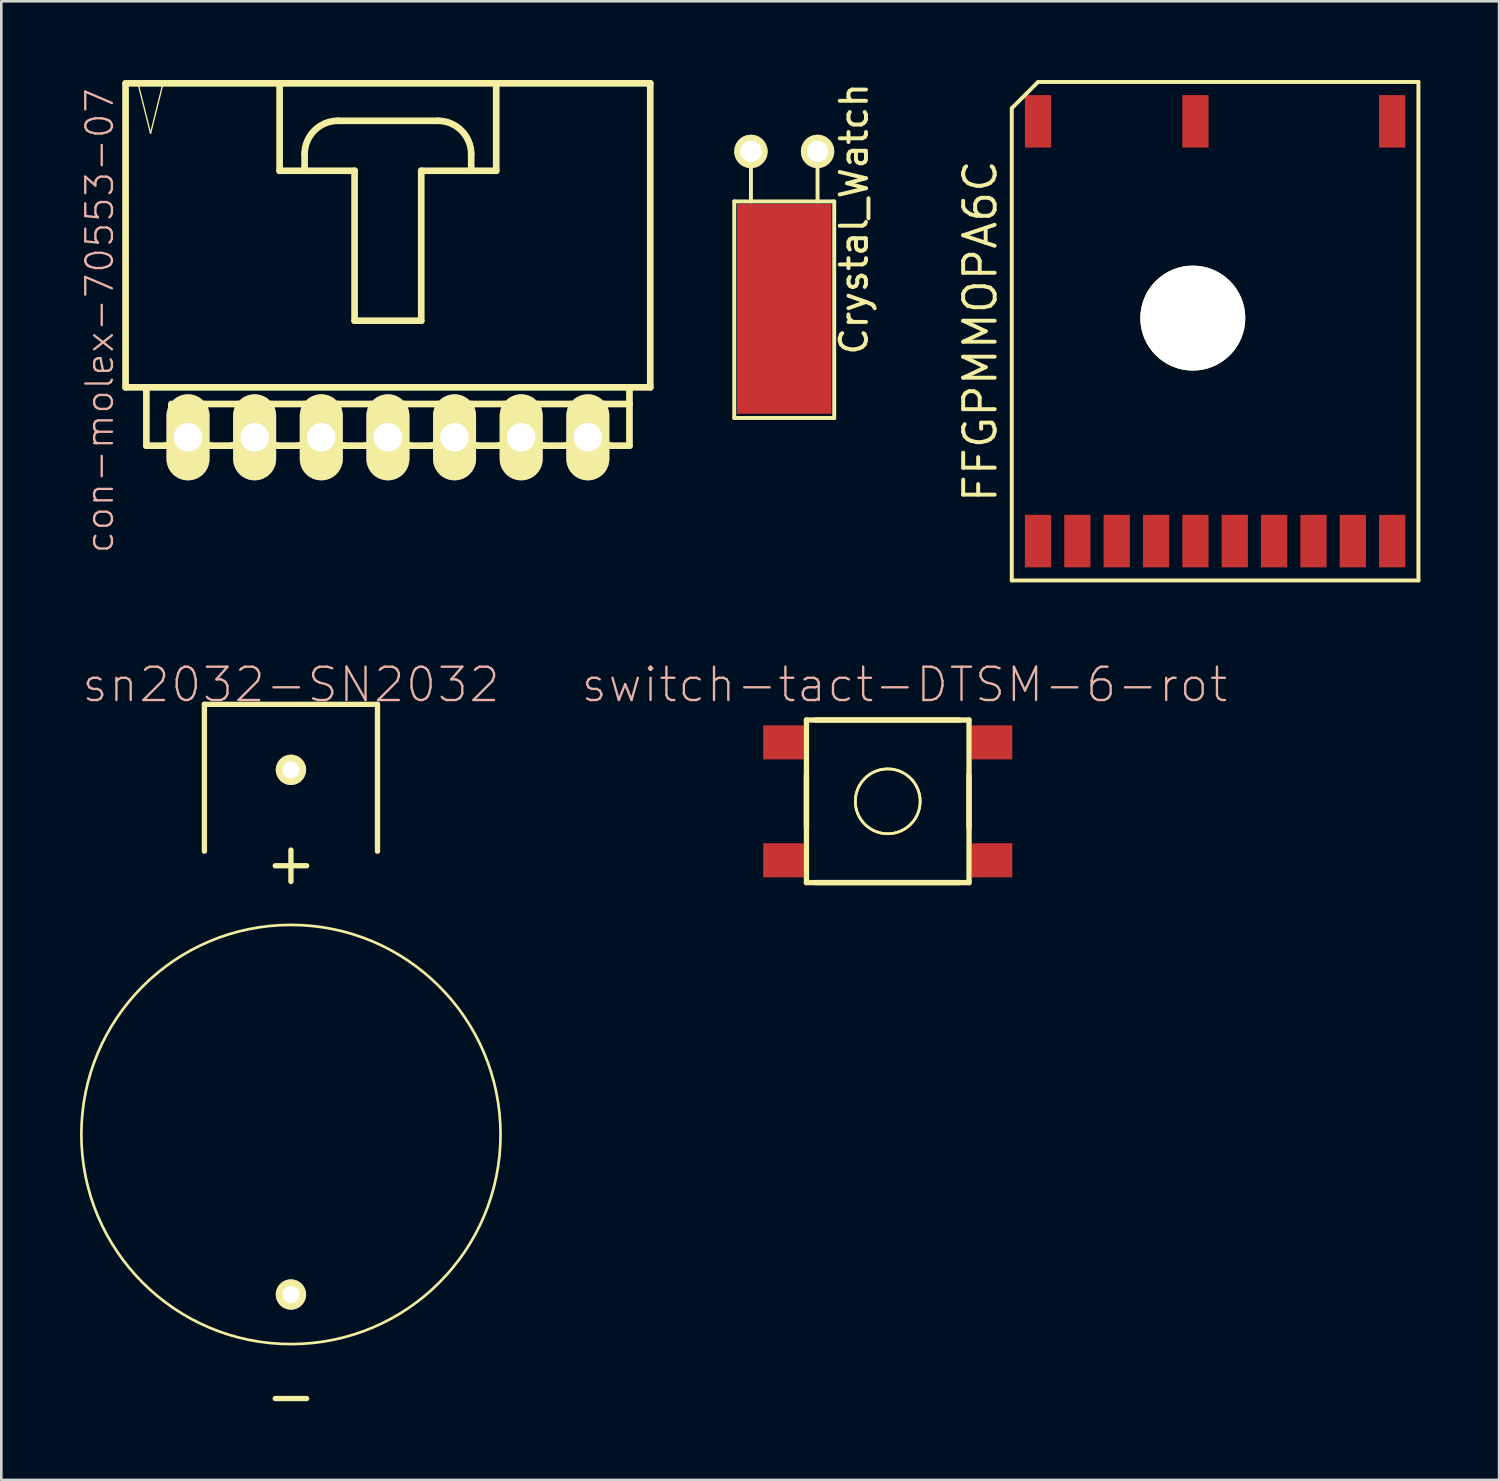
<source format=kicad_pcb>
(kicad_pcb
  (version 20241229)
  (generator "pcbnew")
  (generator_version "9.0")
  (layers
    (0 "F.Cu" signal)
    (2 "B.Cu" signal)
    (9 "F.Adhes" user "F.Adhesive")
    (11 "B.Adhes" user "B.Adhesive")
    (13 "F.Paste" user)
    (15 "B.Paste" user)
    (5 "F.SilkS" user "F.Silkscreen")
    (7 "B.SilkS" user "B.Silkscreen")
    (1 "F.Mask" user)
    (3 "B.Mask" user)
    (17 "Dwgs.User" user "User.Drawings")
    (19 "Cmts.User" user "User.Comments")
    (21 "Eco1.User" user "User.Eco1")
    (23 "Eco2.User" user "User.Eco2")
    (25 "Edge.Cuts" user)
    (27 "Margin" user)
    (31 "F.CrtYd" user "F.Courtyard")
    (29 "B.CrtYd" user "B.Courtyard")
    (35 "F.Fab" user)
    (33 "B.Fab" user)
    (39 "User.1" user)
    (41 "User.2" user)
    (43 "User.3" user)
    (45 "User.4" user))
  (footprint "Crystal_Watch"
    (layer "F.Cu")
    (at 26.843 2.722)
    (property "Reference" "Crystal_Watch" (at 2.66 2.57 270) (layer "F.SilkS") (effects (font (size 1 1) (thickness 0.15))))
    (attr through_hole)
    (fp_line (start -1.905 1.905) (end 1.905 1.905) (stroke (width 0.15) (type solid)) (layer "F.SilkS"))
    (fp_line (start -1.905 10.16) (end -1.905 1.905) (stroke (width 0.15) (type solid)) (layer "F.SilkS"))
    (fp_line (start -1.27 0) (end -1.27 1.905) (stroke (width 0.15) (type solid)) (layer "F.SilkS"))
    (fp_line (start 1.27 0) (end 1.27 1.905) (stroke (width 0.15) (type solid)) (layer "F.SilkS"))
    (fp_line (start 1.905 1.905) (end 1.905 10.16) (stroke (width 0.15) (type solid)) (layer "F.SilkS"))
    (fp_line (start 1.905 10.16) (end -1.905 10.16) (stroke (width 0.15) (type solid)) (layer "F.SilkS"))
    (pad "" smd rect (at 0 6) (size 3.6 8) (layers "F.Cu" "F.Mask" "F.Paste"))
    (pad "1" thru_hole circle (at -1.27 0) (size 1.27 1.27) (drill 0.813) (layers "*.Cu" "*.Mask" "F.SilkS"))
    (pad "2" thru_hole circle (at 1.27 0) (size 1.27 1.27) (drill 0.813) (layers "*.Cu" "*.Mask" "F.SilkS")))
  (footprint "con-molex-70553-07"
    (layer "F.Cu")
    (at 11.736 5.999)
    (property "Reference" "con-molex-70553-07" (at -10.986 3.175 90) (layer "B.SilkS") (effects (font (size 1.016 1.016) (thickness 0.089))))
    (attr exclude_from_pos_files exclude_from_bom)
    (fp_line (start -10 -5.872) (end -10 5.715) (stroke (width 0.254) (type solid)) (layer "F.SilkS"))
    (fp_line (start -10 5.715) (end 10 5.715) (stroke (width 0.254) (type solid)) (layer "F.SilkS"))
    (fp_line (start -9.525 -5.872) (end -9.047 -3.967) (stroke (width 0.051) (type solid)) (layer "F.SilkS"))
    (fp_line (start -9.207 5.715) (end -9.207 7.938) (stroke (width 0.254) (type solid)) (layer "F.SilkS"))
    (fp_line (start -9.047 -3.967) (end -8.572 -5.872) (stroke (width 0.051) (type solid)) (layer "F.SilkS"))
    (fp_line (start -8.572 -5.872) (end -9.525 -5.872) (stroke (width 0.051) (type solid)) (layer "F.SilkS"))
    (fp_line (start -8.509 7.938) (end -9.207 7.938) (stroke (width 0.254) (type solid)) (layer "F.SilkS"))
    (fp_line (start -8.255 6.35) (end -8.255 7.684) (stroke (width 0.254) (type solid)) (layer "F.SilkS"))
    (fp_line (start -8.255 6.35) (end -6.985 6.35) (stroke (width 0.127) (type solid)) (layer "F.SilkS"))
    (fp_line (start -7.938 6.35) (end -7.303 6.35) (stroke (width 0.066) (type solid)) (layer "F.SilkS"))
    (fp_line (start -7.938 7.62) (end -7.938 6.35) (stroke (width 0.066) (type solid)) (layer "F.SilkS"))
    (fp_line (start -7.938 7.62) (end -7.303 7.62) (stroke (width 0.066) (type solid)) (layer "F.SilkS"))
    (fp_line (start -7.303 7.62) (end -7.303 6.35) (stroke (width 0.066) (type solid)) (layer "F.SilkS"))
    (fp_line (start -6.985 6.35) (end -6.985 7.684) (stroke (width 0.254) (type solid)) (layer "F.SilkS"))
    (fp_line (start -6.985 6.35) (end -5.715 6.35) (stroke (width 0.254) (type solid)) (layer "F.SilkS"))
    (fp_line (start -5.969 7.938) (end -6.731 7.938) (stroke (width 0.254) (type solid)) (layer "F.SilkS"))
    (fp_line (start -5.715 6.35) (end -5.715 7.684) (stroke (width 0.254) (type solid)) (layer "F.SilkS"))
    (fp_line (start -5.715 6.35) (end -4.445 6.35) (stroke (width 0.127) (type solid)) (layer "F.SilkS"))
    (fp_line (start -5.397 6.35) (end -4.763 6.35) (stroke (width 0.066) (type solid)) (layer "F.SilkS"))
    (fp_line (start -5.397 7.62) (end -5.397 6.35) (stroke (width 0.066) (type solid)) (layer "F.SilkS"))
    (fp_line (start -5.397 7.62) (end -4.763 7.62) (stroke (width 0.066) (type solid)) (layer "F.SilkS"))
    (fp_line (start -4.763 7.62) (end -4.763 6.35) (stroke (width 0.066) (type solid)) (layer "F.SilkS"))
    (fp_line (start -4.445 6.35) (end -4.445 7.684) (stroke (width 0.254) (type solid)) (layer "F.SilkS"))
    (fp_line (start -4.445 6.35) (end -3.175 6.35) (stroke (width 0.254) (type solid)) (layer "F.SilkS"))
    (fp_line (start -4.128 -5.872) (end -4.128 -2.54) (stroke (width 0.254) (type solid)) (layer "F.SilkS"))
    (fp_line (start -4.128 -2.54) (end -3.175 -2.54) (stroke (width 0.254) (type solid)) (layer "F.SilkS"))
    (fp_line (start -3.429 7.938) (end -4.191 7.938) (stroke (width 0.254) (type solid)) (layer "F.SilkS"))
    (fp_line (start -3.175 -2.54) (end -3.175 -3.175) (stroke (width 0.254) (type solid)) (layer "F.SilkS"))
    (fp_line (start -3.175 -2.54) (end -1.27 -2.54) (stroke (width 0.254) (type solid)) (layer "F.SilkS"))
    (fp_line (start -3.175 6.35) (end -3.175 7.684) (stroke (width 0.254) (type solid)) (layer "F.SilkS"))
    (fp_line (start -3.175 6.35) (end -1.905 6.35) (stroke (width 0.127) (type solid)) (layer "F.SilkS"))
    (fp_line (start -2.857 6.35) (end -2.223 6.35) (stroke (width 0.066) (type solid)) (layer "F.SilkS"))
    (fp_line (start -2.857 7.62) (end -2.857 6.35) (stroke (width 0.066) (type solid)) (layer "F.SilkS"))
    (fp_line (start -2.857 7.62) (end -2.223 7.62) (stroke (width 0.066) (type solid)) (layer "F.SilkS"))
    (fp_line (start -2.223 7.62) (end -2.223 6.35) (stroke (width 0.066) (type solid)) (layer "F.SilkS"))
    (fp_line (start -1.905 -4.445) (end 1.905 -4.445) (stroke (width 0.254) (type solid)) (layer "F.SilkS"))
    (fp_line (start -1.905 6.35) (end -1.905 7.684) (stroke (width 0.254) (type solid)) (layer "F.SilkS"))
    (fp_line (start -1.905 6.35) (end -0.635 6.35) (stroke (width 0.254) (type solid)) (layer "F.SilkS"))
    (fp_line (start -1.27 -2.54) (end -1.27 3.175) (stroke (width 0.254) (type solid)) (layer "F.SilkS"))
    (fp_line (start -1.27 3.175) (end 1.27 3.175) (stroke (width 0.254) (type solid)) (layer "F.SilkS"))
    (fp_line (start -0.889 7.938) (end -1.651 7.938) (stroke (width 0.254) (type solid)) (layer "F.SilkS"))
    (fp_line (start -0.635 6.35) (end -0.635 7.684) (stroke (width 0.254) (type solid)) (layer "F.SilkS"))
    (fp_line (start -0.635 6.35) (end 0.635 6.35) (stroke (width 0.127) (type solid)) (layer "F.SilkS"))
    (fp_line (start -0.318 6.35) (end 0.318 6.35) (stroke (width 0.066) (type solid)) (layer "F.SilkS"))
    (fp_line (start -0.318 7.62) (end -0.318 6.35) (stroke (width 0.066) (type solid)) (layer "F.SilkS"))
    (fp_line (start -0.318 7.62) (end 0.318 7.62) (stroke (width 0.066) (type solid)) (layer "F.SilkS"))
    (fp_line (start 0.318 7.62) (end 0.318 6.35) (stroke (width 0.066) (type solid)) (layer "F.SilkS"))
    (fp_line (start 0.635 6.35) (end 0.635 7.684) (stroke (width 0.254) (type solid)) (layer "F.SilkS"))
    (fp_line (start 0.635 6.35) (end 1.905 6.35) (stroke (width 0.254) (type solid)) (layer "F.SilkS"))
    (fp_line (start 1.27 -2.54) (end 3.175 -2.54) (stroke (width 0.254) (type solid)) (layer "F.SilkS"))
    (fp_line (start 1.27 3.175) (end 1.27 -2.54) (stroke (width 0.254) (type solid)) (layer "F.SilkS"))
    (fp_line (start 1.651 7.938) (end 0.889 7.938) (stroke (width 0.254) (type solid)) (layer "F.SilkS"))
    (fp_line (start 1.905 6.35) (end 1.905 7.684) (stroke (width 0.254) (type solid)) (layer "F.SilkS"))
    (fp_line (start 1.905 6.35) (end 3.175 6.35) (stroke (width 0.127) (type solid)) (layer "F.SilkS"))
    (fp_line (start 2.223 6.35) (end 2.857 6.35) (stroke (width 0.066) (type solid)) (layer "F.SilkS"))
    (fp_line (start 2.223 7.62) (end 2.223 6.35) (stroke (width 0.066) (type solid)) (layer "F.SilkS"))
    (fp_line (start 2.223 7.62) (end 2.857 7.62) (stroke (width 0.066) (type solid)) (layer "F.SilkS"))
    (fp_line (start 2.857 7.62) (end 2.857 6.35) (stroke (width 0.066) (type solid)) (layer "F.SilkS"))
    (fp_line (start 3.175 -3.175) (end 3.175 -2.54) (stroke (width 0.254) (type solid)) (layer "F.SilkS"))
    (fp_line (start 3.175 -2.54) (end 4.128 -2.54) (stroke (width 0.254) (type solid)) (layer "F.SilkS"))
    (fp_line (start 3.175 6.35) (end 3.175 7.684) (stroke (width 0.254) (type solid)) (layer "F.SilkS"))
    (fp_line (start 3.175 6.35) (end 4.445 6.35) (stroke (width 0.254) (type solid)) (layer "F.SilkS"))
    (fp_line (start 4.128 -5.872) (end -10 -5.872) (stroke (width 0.254) (type solid)) (layer "F.SilkS"))
    (fp_line (start 4.128 -2.54) (end 4.128 -5.872) (stroke (width 0.254) (type solid)) (layer "F.SilkS"))
    (fp_line (start 4.191 7.938) (end 3.429 7.938) (stroke (width 0.254) (type solid)) (layer "F.SilkS"))
    (fp_line (start 4.445 6.35) (end 4.445 7.684) (stroke (width 0.254) (type solid)) (layer "F.SilkS"))
    (fp_line (start 4.445 6.35) (end 5.715 6.35) (stroke (width 0.127) (type solid)) (layer "F.SilkS"))
    (fp_line (start 4.763 6.35) (end 5.397 6.35) (stroke (width 0.066) (type solid)) (layer "F.SilkS"))
    (fp_line (start 4.763 7.62) (end 4.763 6.35) (stroke (width 0.066) (type solid)) (layer "F.SilkS"))
    (fp_line (start 4.763 7.62) (end 5.397 7.62) (stroke (width 0.066) (type solid)) (layer "F.SilkS"))
    (fp_line (start 5.397 7.62) (end 5.397 6.35) (stroke (width 0.066) (type solid)) (layer "F.SilkS"))
    (fp_line (start 5.715 6.35) (end 5.715 7.684) (stroke (width 0.254) (type solid)) (layer "F.SilkS"))
    (fp_line (start 5.715 6.35) (end 6.985 6.35) (stroke (width 0.254) (type solid)) (layer "F.SilkS"))
    (fp_line (start 6.731 7.938) (end 5.969 7.938) (stroke (width 0.254) (type solid)) (layer "F.SilkS"))
    (fp_line (start 6.985 6.35) (end 6.985 7.684) (stroke (width 0.254) (type solid)) (layer "F.SilkS"))
    (fp_line (start 6.985 6.35) (end 8.255 6.35) (stroke (width 0.127) (type solid)) (layer "F.SilkS"))
    (fp_line (start 7.303 6.35) (end 7.938 6.35) (stroke (width 0.066) (type solid)) (layer "F.SilkS"))
    (fp_line (start 7.303 7.62) (end 7.303 6.35) (stroke (width 0.066) (type solid)) (layer "F.SilkS"))
    (fp_line (start 7.303 7.62) (end 7.938 7.62) (stroke (width 0.066) (type solid)) (layer "F.SilkS"))
    (fp_line (start 7.938 7.62) (end 7.938 6.35) (stroke (width 0.066) (type solid)) (layer "F.SilkS"))
    (fp_line (start 8.255 6.35) (end 8.255 7.684) (stroke (width 0.254) (type solid)) (layer "F.SilkS"))
    (fp_line (start 8.255 6.35) (end 9.207 6.35) (stroke (width 0.254) (type solid)) (layer "F.SilkS"))
    (fp_line (start 8.509 7.938) (end 9.207 7.938) (stroke (width 0.254) (type solid)) (layer "F.SilkS"))
    (fp_line (start 9.207 6.35) (end 9.207 5.715) (stroke (width 0.254) (type solid)) (layer "F.SilkS"))
    (fp_line (start 9.207 7.938) (end 9.207 6.35) (stroke (width 0.254) (type solid)) (layer "F.SilkS"))
    (fp_line (start 10 -5.872) (end 4.128 -5.872) (stroke (width 0.254) (type solid)) (layer "F.SilkS"))
    (fp_line (start 10 5.715) (end 10 -5.872) (stroke (width 0.254) (type solid)) (layer "F.SilkS"))
    (fp_arc (start -8.255 7.6835) (mid -8.329395 7.863105) (end -8.509 7.9375) (stroke (width 0.254) (type solid)) (layer "F.SilkS"))
    (fp_arc (start -6.731 7.9375) (mid -6.910605 7.863105) (end -6.985 7.6835) (stroke (width 0.254) (type solid)) (layer "F.SilkS"))
    (fp_arc (start -5.715 7.6835) (mid -5.789395 7.863105) (end -5.969 7.9375) (stroke (width 0.254) (type solid)) (layer "F.SilkS"))
    (fp_arc (start -4.191 7.9375) (mid -4.370605 7.863105) (end -4.445 7.6835) (stroke (width 0.254) (type solid)) (layer "F.SilkS"))
    (fp_arc (start -3.175 -3.175) (mid -2.803026 -4.073026) (end -1.905 -4.445) (stroke (width 0.254) (type solid)) (layer "F.SilkS"))
    (fp_arc (start -3.175 7.6835) (mid -3.249395 7.863105) (end -3.429 7.9375) (stroke (width 0.254) (type solid)) (layer "F.SilkS"))
    (fp_arc (start -1.651 7.9375) (mid -1.830605 7.863105) (end -1.905 7.6835) (stroke (width 0.254) (type solid)) (layer "F.SilkS"))
    (fp_arc (start -0.635 7.6835) (mid -0.709395 7.863105) (end -0.889 7.9375) (stroke (width 0.254) (type solid)) (layer "F.SilkS"))
    (fp_arc (start 0.889 7.9375) (mid 0.709395 7.863105) (end 0.635 7.6835) (stroke (width 0.254) (type solid)) (layer "F.SilkS"))
    (fp_arc (start 1.905 -4.445) (mid 2.803026 -4.073026) (end 3.175 -3.175) (stroke (width 0.254) (type solid)) (layer "F.SilkS"))
    (fp_arc (start 1.905 7.6835) (mid 1.830605 7.863105) (end 1.651 7.9375) (stroke (width 0.254) (type solid)) (layer "F.SilkS"))
    (fp_arc (start 3.429 7.9375) (mid 3.249395 7.863105) (end 3.175 7.6835) (stroke (width 0.254) (type solid)) (layer "F.SilkS"))
    (fp_arc (start 4.445 7.6835) (mid 4.370605 7.863105) (end 4.191 7.9375) (stroke (width 0.254) (type solid)) (layer "F.SilkS"))
    (fp_arc (start 5.969 7.9375) (mid 5.789395 7.863105) (end 5.715 7.6835) (stroke (width 0.254) (type solid)) (layer "F.SilkS"))
    (fp_arc (start 6.985 7.6835) (mid 6.910605 7.863105) (end 6.731 7.9375) (stroke (width 0.254) (type solid)) (layer "F.SilkS"))
    (fp_arc (start 8.509 7.9375) (mid 8.329395 7.863105) (end 8.255 7.6835) (stroke (width 0.254) (type solid)) (layer "F.SilkS"))
    (pad "1" thru_hole oval (at -7.62 7.62) (size 1.638 3.277) (drill 1.09) (layers "*.Cu" "*.Mask" "F.SilkS" "F.Paste"))
    (pad "2" thru_hole oval (at -5.08 7.62) (size 1.638 3.277) (drill 1.09) (layers "*.Cu" "*.Mask" "F.SilkS" "F.Paste"))
    (pad "3" thru_hole oval (at -2.54 7.62) (size 1.638 3.277) (drill 1.09) (layers "*.Cu" "*.Mask" "F.SilkS" "F.Paste"))
    (pad "4" thru_hole oval (at 0 7.62) (size 1.638 3.277) (drill 1.09) (layers "*.Cu" "*.Mask" "F.SilkS" "F.Paste"))
    (pad "5" thru_hole oval (at 2.54 7.62) (size 1.638 3.277) (drill 1.09) (layers "*.Cu" "*.Mask" "F.SilkS" "F.Paste"))
    (pad "6" thru_hole oval (at 5.08 7.62) (size 1.638 3.277) (drill 1.09) (layers "*.Cu" "*.Mask" "F.SilkS" "F.Paste"))
    (pad "7" thru_hole oval (at 7.62 7.62) (size 1.638 3.277) (drill 1.09) (layers "*.Cu" "*.Mask" "F.SilkS" "F.Paste")))
  (footprint "switch-tact-DTSM-6-rot"
    (layer "F.Cu")
    (at 30.788 27.494)
    (property "Reference" "switch-tact-DTSM-6-rot" (at 0.635 -4.445 0) (layer "B.SilkS") (effects (font (size 1.27 1.27) (thickness 0.089))))
    (attr smd)
    (fp_line (start -3.099 -3.099) (end 3.099 -3.099) (stroke (width 0.203) (type solid)) (layer "F.SilkS"))
    (fp_line (start -3.099 0.998) (end -3.099 -0.998) (stroke (width 0.203) (type solid)) (layer "F.SilkS"))
    (fp_line (start -3.099 3.099) (end -3.099 -3.099) (stroke (width 0.203) (type solid)) (layer "F.SilkS"))
    (fp_line (start 2.748 -3.099) (end -2.748 -3.099) (stroke (width 0.203) (type solid)) (layer "F.SilkS"))
    (fp_line (start 2.748 3.099) (end -2.748 3.099) (stroke (width 0.203) (type solid)) (layer "F.SilkS"))
    (fp_line (start 3.099 -3.099) (end 3.099 3.099) (stroke (width 0.203) (type solid)) (layer "F.SilkS"))
    (fp_line (start 3.099 0.998) (end 3.099 -0.998) (stroke (width 0.203) (type solid)) (layer "F.SilkS"))
    (fp_line (start 3.099 3.099) (end -3.099 3.099) (stroke (width 0.203) (type solid)) (layer "F.SilkS"))
    (fp_circle (center 0 0) (end -0.874 0.874) (stroke (width 0.102) (type solid)) (fill no) (layer "F.SilkS"))
    (fp_circle (center 0 0) (end -0.874 0.874) (stroke (width 0.102) (type solid)) (fill no) (layer "F.SilkS"))
    (pad "1" smd rect (at -3.973 -2.248) (size 1.549 1.298) (layers "F.Cu" "F.Mask" "F.Paste"))
    (pad "2" smd rect (at -3.973 2.248) (size 1.549 1.298) (layers "F.Cu" "F.Mask" "F.Paste"))
    (pad "3" smd rect (at 3.973 -2.248) (size 1.549 1.298) (layers "F.Cu" "F.Mask" "F.Paste"))
    (pad "4" smd rect (at 3.973 2.248) (size 1.549 1.298) (layers "F.Cu" "F.Mask" "F.Paste")))
  (footprint "sn2032-SN2032"
    (layer "F.Cu")
    (at 8.04 40.194)
    (property "Reference" "sn2032-SN2032" (at 0 -17.145 0) (layer "B.SilkS") (effects (font (size 1.27 1.27) (thickness 0.089))))
    (attr exclude_from_pos_files exclude_from_bom)
    (fp_line (start -3.299 -16.398) (end -3.299 -10.798) (stroke (width 0.203) (type solid)) (layer "F.SilkS"))
    (fp_line (start -3.299 -16.398) (end 3.299 -16.398) (stroke (width 0.203) (type solid)) (layer "F.SilkS"))
    (fp_line (start -0.599 -10.244) (end 0.599 -10.244) (stroke (width 0.203) (type solid)) (layer "F.SilkS"))
    (fp_line (start -0.599 10.063) (end 0.599 10.063) (stroke (width 0.203) (type solid)) (layer "F.SilkS"))
    (fp_line (start 0 -10.843) (end 0 -9.644) (stroke (width 0.203) (type solid)) (layer "F.SilkS"))
    (fp_line (start 3.299 -16.398) (end 3.299 -10.798) (stroke (width 0.203) (type solid)) (layer "F.SilkS"))
    (fp_circle (center 0 0) (end -5.649 5.649) (stroke (width 0.102) (type solid)) (fill no) (layer "F.SilkS"))
    (pad "1" thru_hole circle (at 0 -13.899) (size 1.156 1.156) (drill 0.648) (layers "*.Cu" "*.Mask" "F.SilkS"))
    (pad "2" thru_hole circle (at 0 6.099) (size 1.156 1.156) (drill 0.648) (layers "*.Cu" "*.Mask" "F.SilkS" "F.Paste")))
  (footprint "FFGPMMOPA6C"
    (layer "F.Cu")
    (at 43.266 9.575)
    (property "Reference" "FFGPMMOPA6C" (at -8.95 0 90) (layer "F.SilkS") (effects (font (size 1.2 1.2) (thickness 0.15))))
    (attr through_hole)
    (fp_line (start -7.75 -8.5) (end -7.75 9.5) (stroke (width 0.15) (type solid)) (layer "F.SilkS"))
    (fp_line (start -7.75 9.5) (end 7.75 9.5) (stroke (width 0.15) (type solid)) (layer "F.SilkS"))
    (fp_line (start -6.75 -9.5) (end -7.75 -8.5) (stroke (width 0.15) (type solid)) (layer "F.SilkS"))
    (fp_line (start 7.75 -9.5) (end -6.75 -9.5) (stroke (width 0.15) (type solid)) (layer "F.SilkS"))
    (fp_line (start 7.75 9.5) (end 7.75 -9.5) (stroke (width 0.15) (type solid)) (layer "F.SilkS"))
    (pad "" np_thru_hole circle (at -0.85 -0.5) (size 4 4) (drill 4) (layers "*.Cu" "*.Mask" "F.SilkS"))
    (pad "1" smd rect (at -6.75 8) (size 1 2) (layers "F.Cu" "F.Mask" "F.Paste"))
    (pad "2" smd rect (at -5.25 8) (size 1 2) (layers "F.Cu" "F.Mask" "F.Paste"))
    (pad "3" smd rect (at -3.75 8) (size 1 2) (layers "F.Cu" "F.Mask" "F.Paste"))
    (pad "4" smd rect (at -2.25 8) (size 1 2) (layers "F.Cu" "F.Mask" "F.Paste"))
    (pad "5" smd rect (at -0.75 8) (size 1 2) (layers "F.Cu" "F.Mask" "F.Paste"))
    (pad "6" smd rect (at 0.75 8) (size 1 2) (layers "F.Cu" "F.Mask" "F.Paste"))
    (pad "7" smd rect (at 2.25 8) (size 1 2) (layers "F.Cu" "F.Mask" "F.Paste"))
    (pad "8" smd rect (at 3.75 8) (size 1 2) (layers "F.Cu" "F.Mask" "F.Paste"))
    (pad "9" smd rect (at 5.25 8) (size 1 2) (layers "F.Cu" "F.Mask" "F.Paste"))
    (pad "10" smd rect (at 6.75 8) (size 1 2) (layers "F.Cu" "F.Mask" "F.Paste"))
    (pad "11" smd rect (at 6.75 -8) (size 1 2) (layers "F.Cu" "F.Mask" "F.Paste"))
    (pad "12" smd rect (at -0.75 -8) (size 1 2) (layers "F.Cu" "F.Mask" "F.Paste"))
    (pad "13" smd rect (at -6.75 -8) (size 1 2) (layers "F.Cu" "F.Mask" "F.Paste")))
  (gr_rect
    (start -3 -3)
    (end 54.091 53.359)
    (stroke (width 0.1) (type default))
    (fill no)
    (layer "Edge.Cuts")))
</source>
